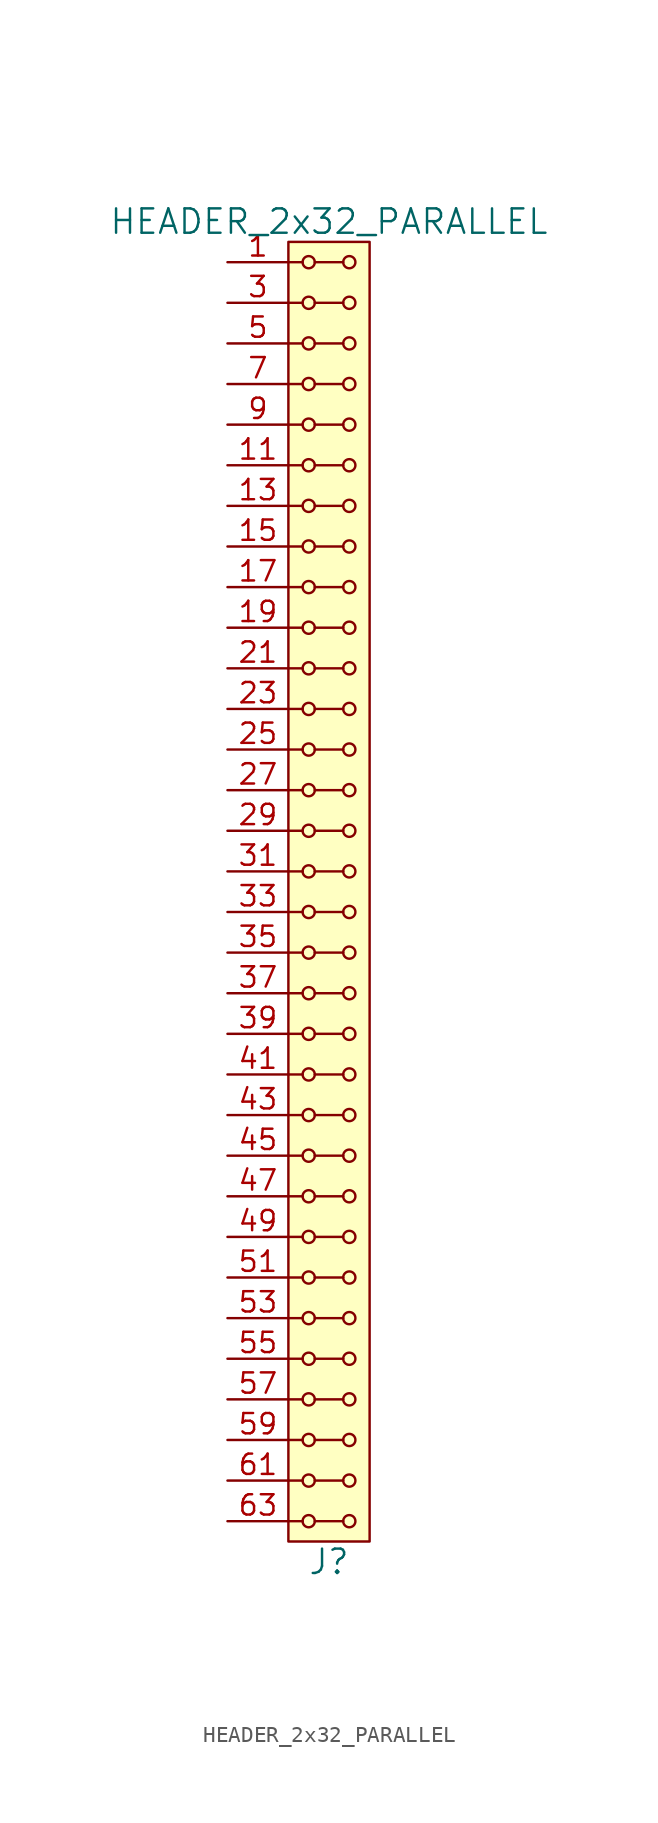
<source format=kicad_sym>
(kicad_symbol_lib
  (version 20211014)
  (generator kicad_symbol_editor)
  (symbol "HEADER_2x32_PARALLEL"
    (pin_names
      (offset 1.016))
    (property "Reference" "J"
      (at 0 -41.91 0)
      (effects (font (size 1.524 1.524))))
    (property "Value" "HEADER_2x32_PARALLEL"
      (at 0 41.91 0)
      (effects (font (size 1.524 1.524))))
    (property "Footprint" ""
      (at 0 39.37 0)
      (effects (font (size 1.524 1.524))))
    (property "Datasheet" ""
      (at 0 39.37 0)
      (effects (font (size 1.524 1.524))))
    (symbol "HEADER_2x32_PARALLEL_0_1"
      (rectangle (start -2.54 40.64) (end 2.54 -40.64) (stroke (width 0) (type default) (color 0 0 0 0)) (fill (type background)))
      (circle (center -1.27 -39.37) (radius 0.381) (stroke (width 0) (type default) (color 0 0 0 0)) (fill (type none)))
      (circle (center -1.27 -36.83) (radius 0.381) (stroke (width 0) (type default) (color 0 0 0 0)) (fill (type none)))
      (circle (center -1.27 -34.29) (radius 0.381) (stroke (width 0) (type default) (color 0 0 0 0)) (fill (type none)))
      (circle (center -1.27 -31.75) (radius 0.381) (stroke (width 0) (type default) (color 0 0 0 0)) (fill (type none)))
      (circle (center -1.27 -29.21) (radius 0.381) (stroke (width 0) (type default) (color 0 0 0 0)) (fill (type none)))
      (circle (center -1.27 -26.67) (radius 0.381) (stroke (width 0) (type default) (color 0 0 0 0)) (fill (type none)))
      (circle (center -1.27 -24.13) (radius 0.381) (stroke (width 0) (type default) (color 0 0 0 0)) (fill (type none)))
      (circle (center -1.27 -21.59) (radius 0.381) (stroke (width 0) (type default) (color 0 0 0 0)) (fill (type none)))
      (circle (center -1.27 -19.05) (radius 0.381) (stroke (width 0) (type default) (color 0 0 0 0)) (fill (type none)))
      (circle (center -1.27 -16.51) (radius 0.381) (stroke (width 0) (type default) (color 0 0 0 0)) (fill (type none)))
      (circle (center -1.27 -13.97) (radius 0.381) (stroke (width 0) (type default) (color 0 0 0 0)) (fill (type none)))
      (circle (center -1.27 -11.43) (radius 0.381) (stroke (width 0) (type default) (color 0 0 0 0)) (fill (type none)))
      (circle (center -1.27 -8.89) (radius 0.381) (stroke (width 0) (type default) (color 0 0 0 0)) (fill (type none)))
      (circle (center -1.27 -6.35) (radius 0.381) (stroke (width 0) (type default) (color 0 0 0 0)) (fill (type none)))
      (circle (center -1.27 -3.81) (radius 0.381) (stroke (width 0) (type default) (color 0 0 0 0)) (fill (type none)))
      (circle (center -1.27 -1.27) (radius 0.381) (stroke (width 0) (type default) (color 0 0 0 0)) (fill (type none)))
      (circle (center -1.27 1.27) (radius 0.381) (stroke (width 0) (type default) (color 0 0 0 0)) (fill (type none)))
      (circle (center -1.27 3.81) (radius 0.381) (stroke (width 0) (type default) (color 0 0 0 0)) (fill (type none)))
      (circle (center -1.27 6.35) (radius 0.381) (stroke (width 0) (type default) (color 0 0 0 0)) (fill (type none)))
      (circle (center -1.27 8.89) (radius 0.381) (stroke (width 0) (type default) (color 0 0 0 0)) (fill (type none)))
      (circle (center -1.27 11.43) (radius 0.381) (stroke (width 0) (type default) (color 0 0 0 0)) (fill (type none)))
      (circle (center -1.27 13.97) (radius 0.381) (stroke (width 0) (type default) (color 0 0 0 0)) (fill (type none)))
      (circle (center -1.27 16.51) (radius 0.381) (stroke (width 0) (type default) (color 0 0 0 0)) (fill (type none)))
      (circle (center -1.27 19.05) (radius 0.381) (stroke (width 0) (type default) (color 0 0 0 0)) (fill (type none)))
      (circle (center -1.27 21.59) (radius 0.381) (stroke (width 0) (type default) (color 0 0 0 0)) (fill (type none)))
      (circle (center -1.27 24.13) (radius 0.381) (stroke (width 0) (type default) (color 0 0 0 0)) (fill (type none)))
      (circle (center -1.27 26.67) (radius 0.381) (stroke (width 0) (type default) (color 0 0 0 0)) (fill (type none)))
      (circle (center -1.27 29.21) (radius 0.381) (stroke (width 0) (type default) (color 0 0 0 0)) (fill (type none)))
      (circle (center -1.27 31.75) (radius 0.381) (stroke (width 0) (type default) (color 0 0 0 0)) (fill (type none)))
      (circle (center -1.27 34.29) (radius 0.381) (stroke (width 0) (type default) (color 0 0 0 0)) (fill (type none)))
      (circle (center -1.27 36.83) (radius 0.381) (stroke (width 0) (type default) (color 0 0 0 0)) (fill (type none)))
      (circle (center -1.27 39.37) (radius 0.381) (stroke (width 0) (type default) (color 0 0 0 0)) (fill (type none)))
      (polyline (pts (xy -1.651 -39.37) (xy -2.54 -39.37)) (stroke (width 0) (type default) (color 0 0 0 0)) (fill (type none)))
      (polyline (pts (xy -1.651 -36.83) (xy -2.54 -36.83)) (stroke (width 0) (type default) (color 0 0 0 0)) (fill (type none)))
      (polyline (pts (xy -1.651 -34.29) (xy -2.54 -34.29)) (stroke (width 0) (type default) (color 0 0 0 0)) (fill (type none)))
      (polyline (pts (xy -1.651 -31.75) (xy -2.54 -31.75)) (stroke (width 0) (type default) (color 0 0 0 0)) (fill (type none)))
      (polyline (pts (xy -1.651 -29.21) (xy -2.54 -29.21)) (stroke (width 0) (type default) (color 0 0 0 0)) (fill (type none)))
      (polyline (pts (xy -1.651 -26.67) (xy -2.54 -26.67)) (stroke (width 0) (type default) (color 0 0 0 0)) (fill (type none)))
      (polyline (pts (xy -1.651 -24.13) (xy -2.54 -24.13)) (stroke (width 0) (type default) (color 0 0 0 0)) (fill (type none)))
      (polyline (pts (xy -1.651 -21.59) (xy -2.54 -21.59)) (stroke (width 0) (type default) (color 0 0 0 0)) (fill (type none)))
      (polyline (pts (xy -1.651 -19.05) (xy -2.54 -19.05)) (stroke (width 0) (type default) (color 0 0 0 0)) (fill (type none)))
      (polyline (pts (xy -1.651 -16.51) (xy -2.54 -16.51)) (stroke (width 0) (type default) (color 0 0 0 0)) (fill (type none)))
      (polyline (pts (xy -1.651 -13.97) (xy -2.54 -13.97)) (stroke (width 0) (type default) (color 0 0 0 0)) (fill (type none)))
      (polyline (pts (xy -1.651 -11.43) (xy -2.54 -11.43)) (stroke (width 0) (type default) (color 0 0 0 0)) (fill (type none)))
      (polyline (pts (xy -1.651 -8.89) (xy -2.54 -8.89)) (stroke (width 0) (type default) (color 0 0 0 0)) (fill (type none)))
      (polyline (pts (xy -1.651 -6.35) (xy -2.54 -6.35)) (stroke (width 0) (type default) (color 0 0 0 0)) (fill (type none)))
      (polyline (pts (xy -1.651 -3.81) (xy -2.54 -3.81)) (stroke (width 0) (type default) (color 0 0 0 0)) (fill (type none)))
      (polyline (pts (xy -1.651 -1.27) (xy -2.54 -1.27)) (stroke (width 0) (type default) (color 0 0 0 0)) (fill (type none)))
      (polyline (pts (xy -1.651 1.27) (xy -2.54 1.27)) (stroke (width 0) (type default) (color 0 0 0 0)) (fill (type none)))
      (polyline (pts (xy -1.651 3.81) (xy -2.54 3.81)) (stroke (width 0) (type default) (color 0 0 0 0)) (fill (type none)))
      (polyline (pts (xy -1.651 6.35) (xy -2.54 6.35)) (stroke (width 0) (type default) (color 0 0 0 0)) (fill (type none)))
      (polyline (pts (xy -1.651 8.89) (xy -2.54 8.89)) (stroke (width 0) (type default) (color 0 0 0 0)) (fill (type none)))
      (polyline (pts (xy -1.651 11.43) (xy -2.54 11.43)) (stroke (width 0) (type default) (color 0 0 0 0)) (fill (type none)))
      (polyline (pts (xy -1.651 13.97) (xy -2.54 13.97)) (stroke (width 0) (type default) (color 0 0 0 0)) (fill (type none)))
      (polyline (pts (xy -1.651 16.51) (xy -2.54 16.51)) (stroke (width 0) (type default) (color 0 0 0 0)) (fill (type none)))
      (polyline (pts (xy -1.651 19.05) (xy -2.54 19.05)) (stroke (width 0) (type default) (color 0 0 0 0)) (fill (type none)))
      (polyline (pts (xy -1.651 21.59) (xy -2.54 21.59)) (stroke (width 0) (type default) (color 0 0 0 0)) (fill (type none)))
      (polyline (pts (xy -1.651 24.13) (xy -2.54 24.13)) (stroke (width 0) (type default) (color 0 0 0 0)) (fill (type none)))
      (polyline (pts (xy -1.651 26.67) (xy -2.54 26.67)) (stroke (width 0) (type default) (color 0 0 0 0)) (fill (type none)))
      (polyline (pts (xy -1.651 29.21) (xy -2.54 29.21)) (stroke (width 0) (type default) (color 0 0 0 0)) (fill (type none)))
      (polyline (pts (xy -1.651 31.75) (xy -2.54 31.75)) (stroke (width 0) (type default) (color 0 0 0 0)) (fill (type none)))
      (polyline (pts (xy -1.651 34.29) (xy -2.54 34.29)) (stroke (width 0) (type default) (color 0 0 0 0)) (fill (type none)))
      (polyline (pts (xy -1.651 36.83) (xy -2.54 36.83)) (stroke (width 0) (type default) (color 0 0 0 0)) (fill (type none)))
      (polyline (pts (xy -1.651 39.37) (xy -2.54 39.37)) (stroke (width 0) (type default) (color 0 0 0 0)) (fill (type none)))
      (polyline (pts (xy -0.889 -39.37) (xy 0.889 -39.37)) (stroke (width 0) (type default) (color 0 0 0 0)) (fill (type none)))
      (polyline (pts (xy -0.889 -36.83) (xy 0.889 -36.83)) (stroke (width 0) (type default) (color 0 0 0 0)) (fill (type none)))
      (polyline (pts (xy -0.889 -34.29) (xy 0.889 -34.29)) (stroke (width 0) (type default) (color 0 0 0 0)) (fill (type none)))
      (polyline (pts (xy -0.889 -31.75) (xy 0.889 -31.75)) (stroke (width 0) (type default) (color 0 0 0 0)) (fill (type none)))
      (polyline (pts (xy -0.889 -29.21) (xy 0.889 -29.21)) (stroke (width 0) (type default) (color 0 0 0 0)) (fill (type none)))
      (polyline (pts (xy -0.889 -26.67) (xy 0.889 -26.67)) (stroke (width 0) (type default) (color 0 0 0 0)) (fill (type none)))
      (polyline (pts (xy -0.889 -24.13) (xy 0.889 -24.13)) (stroke (width 0) (type default) (color 0 0 0 0)) (fill (type none)))
      (polyline (pts (xy -0.889 -21.59) (xy 0.889 -21.59)) (stroke (width 0) (type default) (color 0 0 0 0)) (fill (type none)))
      (polyline (pts (xy -0.889 -19.05) (xy 0.889 -19.05)) (stroke (width 0) (type default) (color 0 0 0 0)) (fill (type none)))
      (polyline (pts (xy -0.889 -16.51) (xy 0.889 -16.51)) (stroke (width 0) (type default) (color 0 0 0 0)) (fill (type none)))
      (polyline (pts (xy -0.889 -13.97) (xy 0.889 -13.97)) (stroke (width 0) (type default) (color 0 0 0 0)) (fill (type none)))
      (polyline (pts (xy -0.889 -11.43) (xy 0.889 -11.43)) (stroke (width 0) (type default) (color 0 0 0 0)) (fill (type none)))
      (polyline (pts (xy -0.889 -8.89) (xy 0.889 -8.89)) (stroke (width 0) (type default) (color 0 0 0 0)) (fill (type none)))
      (polyline (pts (xy -0.889 -6.35) (xy 0.889 -6.35)) (stroke (width 0) (type default) (color 0 0 0 0)) (fill (type none)))
      (polyline (pts (xy -0.889 -3.81) (xy 0.889 -3.81)) (stroke (width 0) (type default) (color 0 0 0 0)) (fill (type none)))
      (polyline (pts (xy -0.889 -1.27) (xy 0.889 -1.27)) (stroke (width 0) (type default) (color 0 0 0 0)) (fill (type none)))
      (polyline (pts (xy -0.889 1.27) (xy 0.889 1.27)) (stroke (width 0) (type default) (color 0 0 0 0)) (fill (type none)))
      (polyline (pts (xy -0.889 3.81) (xy 0.889 3.81)) (stroke (width 0) (type default) (color 0 0 0 0)) (fill (type none)))
      (polyline (pts (xy -0.889 6.35) (xy 0.889 6.35)) (stroke (width 0) (type default) (color 0 0 0 0)) (fill (type none)))
      (polyline (pts (xy -0.889 8.89) (xy 0.889 8.89)) (stroke (width 0) (type default) (color 0 0 0 0)) (fill (type none)))
      (polyline (pts (xy -0.889 11.43) (xy 0.889 11.43)) (stroke (width 0) (type default) (color 0 0 0 0)) (fill (type none)))
      (polyline (pts (xy -0.889 13.97) (xy 0.889 13.97)) (stroke (width 0) (type default) (color 0 0 0 0)) (fill (type none)))
      (polyline (pts (xy -0.889 16.51) (xy 0.889 16.51)) (stroke (width 0) (type default) (color 0 0 0 0)) (fill (type none)))
      (polyline (pts (xy -0.889 19.05) (xy 0.889 19.05)) (stroke (width 0) (type default) (color 0 0 0 0)) (fill (type none)))
      (polyline (pts (xy -0.889 21.59) (xy 0.889 21.59)) (stroke (width 0) (type default) (color 0 0 0 0)) (fill (type none)))
      (polyline (pts (xy -0.889 24.13) (xy 0.889 24.13)) (stroke (width 0) (type default) (color 0 0 0 0)) (fill (type none)))
      (polyline (pts (xy -0.889 26.67) (xy 0.889 26.67)) (stroke (width 0) (type default) (color 0 0 0 0)) (fill (type none)))
      (polyline (pts (xy -0.889 29.21) (xy 0.889 29.21)) (stroke (width 0) (type default) (color 0 0 0 0)) (fill (type none)))
      (polyline (pts (xy -0.889 31.75) (xy 0.889 31.75)) (stroke (width 0) (type default) (color 0 0 0 0)) (fill (type none)))
      (polyline (pts (xy -0.889 34.29) (xy 0.889 34.29)) (stroke (width 0) (type default) (color 0 0 0 0)) (fill (type none)))
      (polyline (pts (xy -0.889 36.83) (xy 0.889 36.83)) (stroke (width 0) (type default) (color 0 0 0 0)) (fill (type none)))
      (polyline (pts (xy -0.889 39.37) (xy 0.889 39.37)) (stroke (width 0) (type default) (color 0 0 0 0)) (fill (type none)))
      (circle (center 1.27 -39.37) (radius 0.381) (stroke (width 0) (type default) (color 0 0 0 0)) (fill (type none)))
      (circle (center 1.27 -36.83) (radius 0.381) (stroke (width 0) (type default) (color 0 0 0 0)) (fill (type none)))
      (circle (center 1.27 -34.29) (radius 0.381) (stroke (width 0) (type default) (color 0 0 0 0)) (fill (type none)))
      (circle (center 1.27 -31.75) (radius 0.381) (stroke (width 0) (type default) (color 0 0 0 0)) (fill (type none)))
      (circle (center 1.27 -29.21) (radius 0.381) (stroke (width 0) (type default) (color 0 0 0 0)) (fill (type none)))
      (circle (center 1.27 -26.67) (radius 0.381) (stroke (width 0) (type default) (color 0 0 0 0)) (fill (type none)))
      (circle (center 1.27 -24.13) (radius 0.381) (stroke (width 0) (type default) (color 0 0 0 0)) (fill (type none)))
      (circle (center 1.27 -21.59) (radius 0.381) (stroke (width 0) (type default) (color 0 0 0 0)) (fill (type none)))
      (circle (center 1.27 -19.05) (radius 0.381) (stroke (width 0) (type default) (color 0 0 0 0)) (fill (type none)))
      (circle (center 1.27 -16.51) (radius 0.381) (stroke (width 0) (type default) (color 0 0 0 0)) (fill (type none)))
      (circle (center 1.27 -13.97) (radius 0.381) (stroke (width 0) (type default) (color 0 0 0 0)) (fill (type none)))
      (circle (center 1.27 -11.43) (radius 0.381) (stroke (width 0) (type default) (color 0 0 0 0)) (fill (type none)))
      (circle (center 1.27 -8.89) (radius 0.381) (stroke (width 0) (type default) (color 0 0 0 0)) (fill (type none)))
      (circle (center 1.27 -6.35) (radius 0.381) (stroke (width 0) (type default) (color 0 0 0 0)) (fill (type none)))
      (circle (center 1.27 -3.81) (radius 0.381) (stroke (width 0) (type default) (color 0 0 0 0)) (fill (type none)))
      (circle (center 1.27 -1.27) (radius 0.381) (stroke (width 0) (type default) (color 0 0 0 0)) (fill (type none)))
      (circle (center 1.27 1.27) (radius 0.381) (stroke (width 0) (type default) (color 0 0 0 0)) (fill (type none)))
      (circle (center 1.27 3.81) (radius 0.381) (stroke (width 0) (type default) (color 0 0 0 0)) (fill (type none)))
      (circle (center 1.27 6.35) (radius 0.381) (stroke (width 0) (type default) (color 0 0 0 0)) (fill (type none)))
      (circle (center 1.27 8.89) (radius 0.381) (stroke (width 0) (type default) (color 0 0 0 0)) (fill (type none)))
      (circle (center 1.27 11.43) (radius 0.381) (stroke (width 0) (type default) (color 0 0 0 0)) (fill (type none)))
      (circle (center 1.27 13.97) (radius 0.381) (stroke (width 0) (type default) (color 0 0 0 0)) (fill (type none)))
      (circle (center 1.27 16.51) (radius 0.381) (stroke (width 0) (type default) (color 0 0 0 0)) (fill (type none)))
      (circle (center 1.27 19.05) (radius 0.381) (stroke (width 0) (type default) (color 0 0 0 0)) (fill (type none)))
      (circle (center 1.27 21.59) (radius 0.381) (stroke (width 0) (type default) (color 0 0 0 0)) (fill (type none)))
      (circle (center 1.27 24.13) (radius 0.381) (stroke (width 0) (type default) (color 0 0 0 0)) (fill (type none)))
      (circle (center 1.27 26.67) (radius 0.381) (stroke (width 0) (type default) (color 0 0 0 0)) (fill (type none)))
      (circle (center 1.27 29.21) (radius 0.381) (stroke (width 0) (type default) (color 0 0 0 0)) (fill (type none)))
      (circle (center 1.27 31.75) (radius 0.381) (stroke (width 0) (type default) (color 0 0 0 0)) (fill (type none)))
      (circle (center 1.27 34.29) (radius 0.381) (stroke (width 0) (type default) (color 0 0 0 0)) (fill (type none)))
      (circle (center 1.27 36.83) (radius 0.381) (stroke (width 0) (type default) (color 0 0 0 0)) (fill (type none)))
      (circle (center 1.27 39.37) (radius 0.381) (stroke (width 0) (type default) (color 0 0 0 0)) (fill (type none))))
    (symbol "HEADER_2x32_PARALLEL_1_1"
      (pin input line (at -6.35 39.37 0) (length 3.81) (name "~" (effects (font (size 1.27 1.27)))) (number "1" (effects (font (size 1.27 1.27)))))
      (pin input line (at -6.35 29.21 0) (length 3.81) hide (name "~" (effects (font (size 1.27 1.27)))) (number "10" (effects (font (size 1.27 1.27)))))
      (pin input line (at -6.35 26.67 0) (length 3.81) (name "~" (effects (font (size 1.27 1.27)))) (number "11" (effects (font (size 1.27 1.27)))))
      (pin input line (at -6.35 26.67 0) (length 3.81) hide (name "~" (effects (font (size 1.27 1.27)))) (number "12" (effects (font (size 1.27 1.27)))))
      (pin input line (at -6.35 24.13 0) (length 3.81) (name "~" (effects (font (size 1.27 1.27)))) (number "13" (effects (font (size 1.27 1.27)))))
      (pin input line (at -6.35 24.13 0) (length 3.81) hide (name "~" (effects (font (size 1.27 1.27)))) (number "14" (effects (font (size 1.27 1.27)))))
      (pin input line (at -6.35 21.59 0) (length 3.81) (name "~" (effects (font (size 1.27 1.27)))) (number "15" (effects (font (size 1.27 1.27)))))
      (pin input line (at -6.35 21.59 0) (length 3.81) hide (name "~" (effects (font (size 1.27 1.27)))) (number "16" (effects (font (size 1.27 1.27)))))
      (pin input line (at -6.35 19.05 0) (length 3.81) (name "~" (effects (font (size 1.27 1.27)))) (number "17" (effects (font (size 1.27 1.27)))))
      (pin input line (at -6.35 19.05 0) (length 3.81) hide (name "~" (effects (font (size 1.27 1.27)))) (number "18" (effects (font (size 1.27 1.27)))))
      (pin input line (at -6.35 16.51 0) (length 3.81) (name "~" (effects (font (size 1.27 1.27)))) (number "19" (effects (font (size 1.27 1.27)))))
      (pin input line (at -6.35 39.37 0) (length 3.81) hide (name "~" (effects (font (size 1.27 1.27)))) (number "2" (effects (font (size 1.27 1.27)))))
      (pin input line (at -6.35 16.51 0) (length 3.81) hide (name "~" (effects (font (size 1.27 1.27)))) (number "20" (effects (font (size 1.27 1.27)))))
      (pin input line (at -6.35 13.97 0) (length 3.81) (name "~" (effects (font (size 1.27 1.27)))) (number "21" (effects (font (size 1.27 1.27)))))
      (pin input line (at -6.35 13.97 0) (length 3.81) hide (name "~" (effects (font (size 1.27 1.27)))) (number "22" (effects (font (size 1.27 1.27)))))
      (pin input line (at -6.35 11.43 0) (length 3.81) (name "~" (effects (font (size 1.27 1.27)))) (number "23" (effects (font (size 1.27 1.27)))))
      (pin input line (at -6.35 11.43 0) (length 3.81) hide (name "~" (effects (font (size 1.27 1.27)))) (number "24" (effects (font (size 1.27 1.27)))))
      (pin input line (at -6.35 8.89 0) (length 3.81) (name "~" (effects (font (size 1.27 1.27)))) (number "25" (effects (font (size 1.27 1.27)))))
      (pin input line (at -6.35 8.89 0) (length 3.81) hide (name "~" (effects (font (size 1.27 1.27)))) (number "26" (effects (font (size 1.27 1.27)))))
      (pin input line (at -6.35 6.35 0) (length 3.81) (name "~" (effects (font (size 1.27 1.27)))) (number "27" (effects (font (size 1.27 1.27)))))
      (pin input line (at -6.35 6.35 0) (length 3.81) hide (name "~" (effects (font (size 1.27 1.27)))) (number "28" (effects (font (size 1.27 1.27)))))
      (pin input line (at -6.35 3.81 0) (length 3.81) (name "~" (effects (font (size 1.27 1.27)))) (number "29" (effects (font (size 1.27 1.27)))))
      (pin input line (at -6.35 36.83 0) (length 3.81) (name "~" (effects (font (size 1.27 1.27)))) (number "3" (effects (font (size 1.27 1.27)))))
      (pin input line (at -6.35 3.81 0) (length 3.81) hide (name "~" (effects (font (size 1.27 1.27)))) (number "30" (effects (font (size 1.27 1.27)))))
      (pin input line (at -6.35 1.27 0) (length 3.81) (name "~" (effects (font (size 1.27 1.27)))) (number "31" (effects (font (size 1.27 1.27)))))
      (pin input line (at -6.35 1.27 0) (length 3.81) hide (name "~" (effects (font (size 1.27 1.27)))) (number "32" (effects (font (size 1.27 1.27)))))
      (pin input line (at -6.35 -1.27 0) (length 3.81) (name "~" (effects (font (size 1.27 1.27)))) (number "33" (effects (font (size 1.27 1.27)))))
      (pin input line (at -6.35 -1.27 0) (length 3.81) hide (name "~" (effects (font (size 1.27 1.27)))) (number "34" (effects (font (size 1.27 1.27)))))
      (pin input line (at -6.35 -3.81 0) (length 3.81) (name "~" (effects (font (size 1.27 1.27)))) (number "35" (effects (font (size 1.27 1.27)))))
      (pin input line (at -6.35 -3.81 0) (length 3.81) hide (name "~" (effects (font (size 1.27 1.27)))) (number "36" (effects (font (size 1.27 1.27)))))
      (pin input line (at -6.35 -6.35 0) (length 3.81) (name "~" (effects (font (size 1.27 1.27)))) (number "37" (effects (font (size 1.27 1.27)))))
      (pin input line (at -6.35 -6.35 0) (length 3.81) hide (name "~" (effects (font (size 1.27 1.27)))) (number "38" (effects (font (size 1.27 1.27)))))
      (pin input line (at -6.35 -8.89 0) (length 3.81) (name "~" (effects (font (size 1.27 1.27)))) (number "39" (effects (font (size 1.27 1.27)))))
      (pin input line (at -6.35 36.83 0) (length 3.81) hide (name "~" (effects (font (size 1.27 1.27)))) (number "4" (effects (font (size 1.27 1.27)))))
      (pin input line (at -6.35 -8.89 0) (length 3.81) hide (name "~" (effects (font (size 1.27 1.27)))) (number "40" (effects (font (size 1.27 1.27)))))
      (pin input line (at -6.35 -11.43 0) (length 3.81) (name "~" (effects (font (size 1.27 1.27)))) (number "41" (effects (font (size 1.27 1.27)))))
      (pin input line (at -6.35 -11.43 0) (length 3.81) hide (name "~" (effects (font (size 1.27 1.27)))) (number "42" (effects (font (size 1.27 1.27)))))
      (pin input line (at -6.35 -13.97 0) (length 3.81) (name "~" (effects (font (size 1.27 1.27)))) (number "43" (effects (font (size 1.27 1.27)))))
      (pin input line (at -6.35 -13.97 0) (length 3.81) hide (name "~" (effects (font (size 1.27 1.27)))) (number "44" (effects (font (size 1.27 1.27)))))
      (pin input line (at -6.35 -16.51 0) (length 3.81) (name "~" (effects (font (size 1.27 1.27)))) (number "45" (effects (font (size 1.27 1.27)))))
      (pin input line (at -6.35 -16.51 0) (length 3.81) hide (name "~" (effects (font (size 1.27 1.27)))) (number "46" (effects (font (size 1.27 1.27)))))
      (pin input line (at -6.35 -19.05 0) (length 3.81) (name "~" (effects (font (size 1.27 1.27)))) (number "47" (effects (font (size 1.27 1.27)))))
      (pin input line (at -6.35 -19.05 0) (length 3.81) hide (name "~" (effects (font (size 1.27 1.27)))) (number "48" (effects (font (size 1.27 1.27)))))
      (pin input line (at -6.35 -21.59 0) (length 3.81) (name "~" (effects (font (size 1.27 1.27)))) (number "49" (effects (font (size 1.27 1.27)))))
      (pin input line (at -6.35 34.29 0) (length 3.81) (name "~" (effects (font (size 1.27 1.27)))) (number "5" (effects (font (size 1.27 1.27)))))
      (pin input line (at -6.35 -21.59 0) (length 3.81) hide (name "~" (effects (font (size 1.27 1.27)))) (number "50" (effects (font (size 1.27 1.27)))))
      (pin input line (at -6.35 -24.13 0) (length 3.81) (name "~" (effects (font (size 1.27 1.27)))) (number "51" (effects (font (size 1.27 1.27)))))
      (pin input line (at -6.35 -24.13 0) (length 3.81) hide (name "~" (effects (font (size 1.27 1.27)))) (number "52" (effects (font (size 1.27 1.27)))))
      (pin input line (at -6.35 -26.67 0) (length 3.81) (name "~" (effects (font (size 1.27 1.27)))) (number "53" (effects (font (size 1.27 1.27)))))
      (pin input line (at -6.35 -26.67 0) (length 3.81) hide (name "~" (effects (font (size 1.27 1.27)))) (number "54" (effects (font (size 1.27 1.27)))))
      (pin input line (at -6.35 -29.21 0) (length 3.81) (name "~" (effects (font (size 1.27 1.27)))) (number "55" (effects (font (size 1.27 1.27)))))
      (pin input line (at -6.35 -29.21 0) (length 3.81) hide (name "~" (effects (font (size 1.27 1.27)))) (number "56" (effects (font (size 1.27 1.27)))))
      (pin input line (at -6.35 -31.75 0) (length 3.81) (name "~" (effects (font (size 1.27 1.27)))) (number "57" (effects (font (size 1.27 1.27)))))
      (pin input line (at -6.35 -31.75 0) (length 3.81) hide (name "~" (effects (font (size 1.27 1.27)))) (number "58" (effects (font (size 1.27 1.27)))))
      (pin input line (at -6.35 -34.29 0) (length 3.81) (name "~" (effects (font (size 1.27 1.27)))) (number "59" (effects (font (size 1.27 1.27)))))
      (pin input line (at -6.35 34.29 0) (length 3.81) hide (name "~" (effects (font (size 1.27 1.27)))) (number "6" (effects (font (size 1.27 1.27)))))
      (pin input line (at -6.35 -34.29 0) (length 3.81) hide (name "~" (effects (font (size 1.27 1.27)))) (number "60" (effects (font (size 1.27 1.27)))))
      (pin input line (at -6.35 -36.83 0) (length 3.81) (name "~" (effects (font (size 1.27 1.27)))) (number "61" (effects (font (size 1.27 1.27)))))
      (pin input line (at -6.35 -36.83 0) (length 3.81) hide (name "~" (effects (font (size 1.27 1.27)))) (number "62" (effects (font (size 1.27 1.27)))))
      (pin input line (at -6.35 -39.37 0) (length 3.81) (name "~" (effects (font (size 1.27 1.27)))) (number "63" (effects (font (size 1.27 1.27)))))
      (pin input line (at -6.35 -39.37 0) (length 3.81) hide (name "~" (effects (font (size 1.27 1.27)))) (number "64" (effects (font (size 1.27 1.27)))))
      (pin input line (at -6.35 31.75 0) (length 3.81) (name "~" (effects (font (size 1.27 1.27)))) (number "7" (effects (font (size 1.27 1.27)))))
      (pin input line (at -6.35 31.75 0) (length 3.81) hide (name "~" (effects (font (size 1.27 1.27)))) (number "8" (effects (font (size 1.27 1.27)))))
      (pin input line (at -6.35 29.21 0) (length 3.81) (name "~" (effects (font (size 1.27 1.27)))) (number "9" (effects (font (size 1.27 1.27))))))))
</source>
